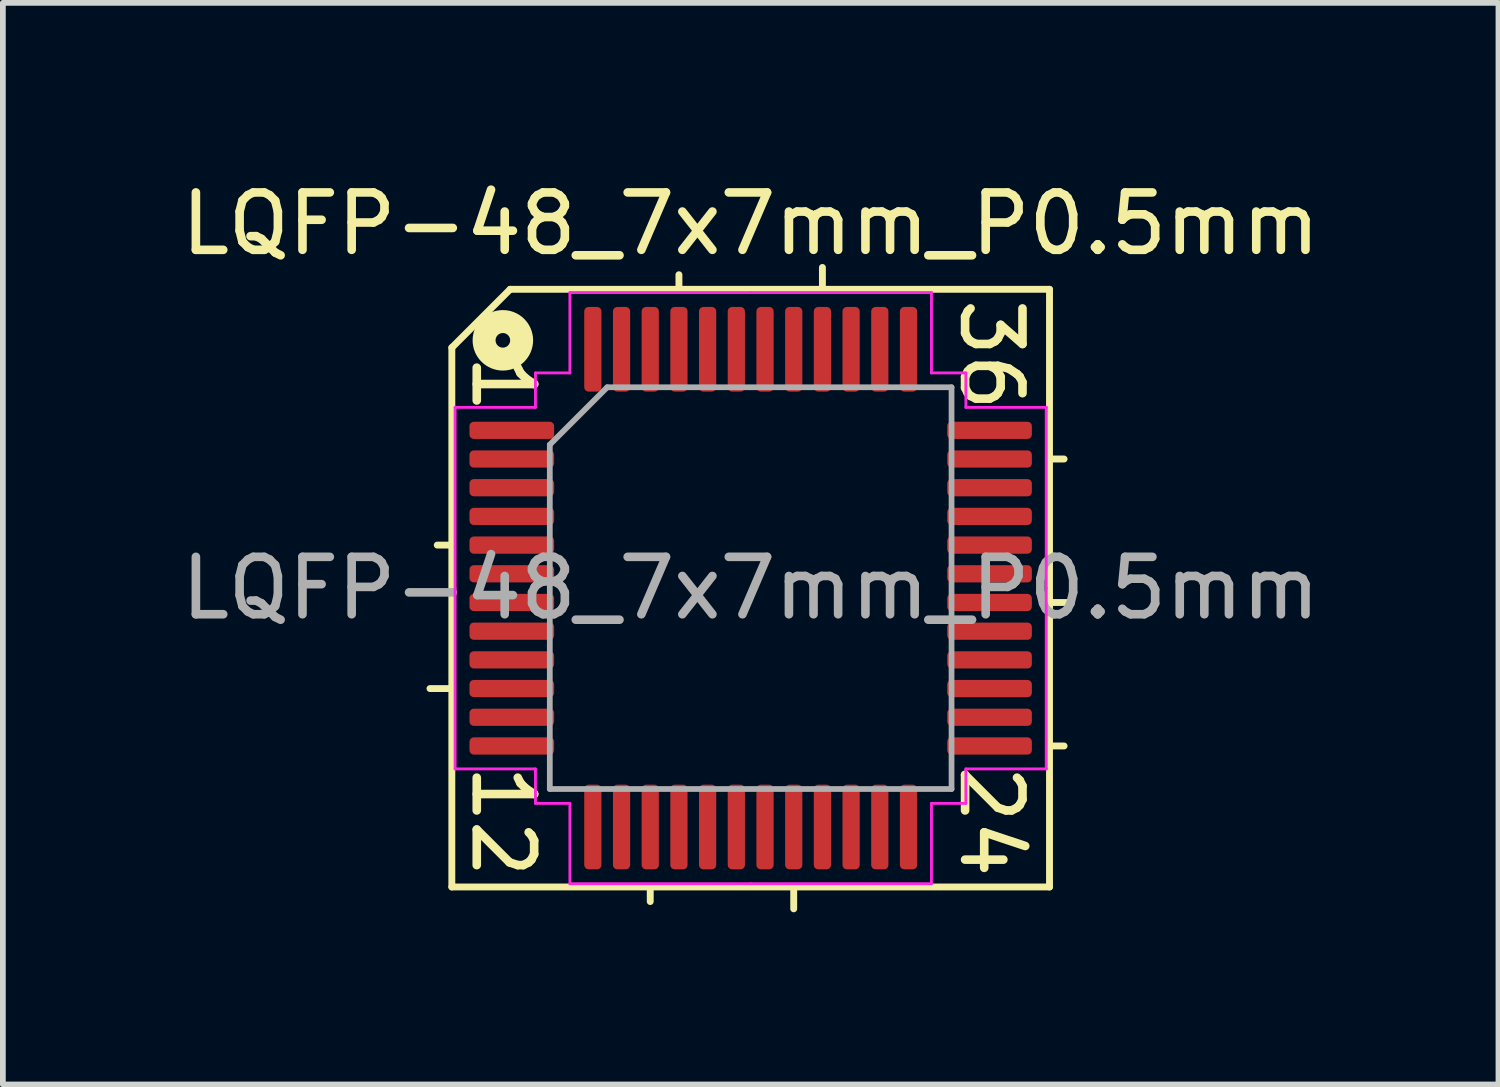
<source format=kicad_pcb>
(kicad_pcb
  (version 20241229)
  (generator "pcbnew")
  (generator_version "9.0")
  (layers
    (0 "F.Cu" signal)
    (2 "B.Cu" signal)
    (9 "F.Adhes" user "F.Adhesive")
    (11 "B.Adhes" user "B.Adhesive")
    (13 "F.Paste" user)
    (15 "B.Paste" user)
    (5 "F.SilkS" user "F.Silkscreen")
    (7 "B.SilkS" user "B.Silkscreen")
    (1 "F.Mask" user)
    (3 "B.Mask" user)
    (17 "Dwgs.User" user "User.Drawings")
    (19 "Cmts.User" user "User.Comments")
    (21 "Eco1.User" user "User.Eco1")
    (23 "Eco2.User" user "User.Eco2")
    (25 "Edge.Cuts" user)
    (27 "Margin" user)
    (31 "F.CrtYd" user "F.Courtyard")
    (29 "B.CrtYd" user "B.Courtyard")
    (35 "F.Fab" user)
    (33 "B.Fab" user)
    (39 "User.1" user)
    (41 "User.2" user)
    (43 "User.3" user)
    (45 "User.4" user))
  (footprint "LQFP-48_7x7mm_P0.5mm"
    (layer "F.Cu")
    (at 10.03 7.198)
    (property "Reference" "LQFP-48_7x7mm_P0.5mm" (at 0 -6.35 0) (layer "F.SilkS") (effects (font (size 1 1) (thickness 0.15))))
    (attr smd)
    (fp_line (start -5.207 -4.191) (end -5.207 5.207) (stroke (width 0.12) (type solid)) (layer "F.SilkS"))
    (fp_line (start -5.207 -0.75) (end -5.461 -0.75) (stroke (width 0.12) (type solid)) (layer "F.SilkS"))
    (fp_line (start -5.207 1.75) (end -5.588 1.75) (stroke (width 0.12) (type solid)) (layer "F.SilkS"))
    (fp_line (start -5.207 5.207) (end 5.207 5.207) (stroke (width 0.12) (type solid)) (layer "F.SilkS"))
    (fp_line (start -4.191 -5.207) (end -5.207 -4.191) (stroke (width 0.12) (type solid)) (layer "F.SilkS"))
    (fp_line (start -1.75 5.207) (end -1.75 5.461) (stroke (width 0.12) (type solid)) (layer "F.SilkS"))
    (fp_line (start -1.25 -5.207) (end -1.25 -5.461) (stroke (width 0.12) (type solid)) (layer "F.SilkS"))
    (fp_line (start 0.75 5.207) (end 0.75 5.588) (stroke (width 0.12) (type solid)) (layer "F.SilkS"))
    (fp_line (start 1.25 -5.207) (end 1.25 -5.588) (stroke (width 0.12) (type solid)) (layer "F.SilkS"))
    (fp_line (start 5.207 -5.207) (end -4.191 -5.207) (stroke (width 0.12) (type solid)) (layer "F.SilkS"))
    (fp_line (start 5.207 -2.25) (end 5.461 -2.25) (stroke (width 0.12) (type solid)) (layer "F.SilkS"))
    (fp_line (start 5.207 0.25) (end 5.588 0.25) (stroke (width 0.12) (type solid)) (layer "F.SilkS"))
    (fp_line (start 5.207 2.75) (end 5.461 2.75) (stroke (width 0.12) (type solid)) (layer "F.SilkS"))
    (fp_line (start 5.207 5.207) (end 5.207 -5.207) (stroke (width 0.12) (type solid)) (layer "F.SilkS"))
    (fp_circle (center -4.318 -4.318) (end -4.191 -4.318) (stroke (width 0.4) (type solid)) (fill no) (layer "F.SilkS"))
    (fp_line (start -5.15 -3.15) (end -5.15 0) (stroke (width 0.05) (type solid)) (layer "F.CrtYd"))
    (fp_line (start -5.15 3.15) (end -5.15 0) (stroke (width 0.05) (type solid)) (layer "F.CrtYd"))
    (fp_line (start -3.75 -3.75) (end -3.75 -3.15) (stroke (width 0.05) (type solid)) (layer "F.CrtYd"))
    (fp_line (start -3.75 -3.15) (end -5.15 -3.15) (stroke (width 0.05) (type solid)) (layer "F.CrtYd"))
    (fp_line (start -3.75 3.15) (end -5.15 3.15) (stroke (width 0.05) (type solid)) (layer "F.CrtYd"))
    (fp_line (start -3.75 3.75) (end -3.75 3.15) (stroke (width 0.05) (type solid)) (layer "F.CrtYd"))
    (fp_line (start -3.15 -5.15) (end -3.15 -3.75) (stroke (width 0.05) (type solid)) (layer "F.CrtYd"))
    (fp_line (start -3.15 -3.75) (end -3.75 -3.75) (stroke (width 0.05) (type solid)) (layer "F.CrtYd"))
    (fp_line (start -3.15 3.75) (end -3.75 3.75) (stroke (width 0.05) (type solid)) (layer "F.CrtYd"))
    (fp_line (start -3.15 5.15) (end -3.15 3.75) (stroke (width 0.05) (type solid)) (layer "F.CrtYd"))
    (fp_line (start 0 -5.15) (end -3.15 -5.15) (stroke (width 0.05) (type solid)) (layer "F.CrtYd"))
    (fp_line (start 0 -5.15) (end 3.15 -5.15) (stroke (width 0.05) (type solid)) (layer "F.CrtYd"))
    (fp_line (start 0 5.15) (end -3.15 5.15) (stroke (width 0.05) (type solid)) (layer "F.CrtYd"))
    (fp_line (start 0 5.15) (end 3.15 5.15) (stroke (width 0.05) (type solid)) (layer "F.CrtYd"))
    (fp_line (start 3.15 -5.15) (end 3.15 -3.75) (stroke (width 0.05) (type solid)) (layer "F.CrtYd"))
    (fp_line (start 3.15 -3.75) (end 3.75 -3.75) (stroke (width 0.05) (type solid)) (layer "F.CrtYd"))
    (fp_line (start 3.15 3.75) (end 3.75 3.75) (stroke (width 0.05) (type solid)) (layer "F.CrtYd"))
    (fp_line (start 3.15 5.15) (end 3.15 3.75) (stroke (width 0.05) (type solid)) (layer "F.CrtYd"))
    (fp_line (start 3.75 -3.75) (end 3.75 -3.15) (stroke (width 0.05) (type solid)) (layer "F.CrtYd"))
    (fp_line (start 3.75 -3.15) (end 5.15 -3.15) (stroke (width 0.05) (type solid)) (layer "F.CrtYd"))
    (fp_line (start 3.75 3.15) (end 5.15 3.15) (stroke (width 0.05) (type solid)) (layer "F.CrtYd"))
    (fp_line (start 3.75 3.75) (end 3.75 3.15) (stroke (width 0.05) (type solid)) (layer "F.CrtYd"))
    (fp_line (start 5.15 -3.15) (end 5.15 0) (stroke (width 0.05) (type solid)) (layer "F.CrtYd"))
    (fp_line (start 5.15 3.15) (end 5.15 0) (stroke (width 0.05) (type solid)) (layer "F.CrtYd"))
    (fp_line (start -3.5 -2.5) (end -2.5 -3.5) (stroke (width 0.1) (type solid)) (layer "F.Fab"))
    (fp_line (start -3.5 3.5) (end -3.5 -2.5) (stroke (width 0.1) (type solid)) (layer "F.Fab"))
    (fp_line (start -2.5 -3.5) (end 3.5 -3.5) (stroke (width 0.1) (type solid)) (layer "F.Fab"))
    (fp_line (start 3.5 -3.5) (end 3.5 3.5) (stroke (width 0.1) (type solid)) (layer "F.Fab"))
    (fp_line (start 3.5 3.5) (end -3.5 3.5) (stroke (width 0.1) (type solid)) (layer "F.Fab"))
    (fp_text user "24" (at 4.191 4.064 270) (unlocked yes) (layer "F.SilkS") (effects (font (size 1 1) (thickness 0.15))))
    (fp_text user "12" (at -4.318 4.064 270) (unlocked yes) (layer "F.SilkS") (effects (font (size 1 1) (thickness 0.15))))
    (fp_text user "36" (at 4.191 -4.064 270) (unlocked yes) (layer "F.SilkS") (effects (font (size 1 1) (thickness 0.15))))
    (fp_text user "1" (at -4.318 -3.556 270) (unlocked yes) (layer "F.SilkS") (effects (font (size 1 1) (thickness 0.15))))
    (fp_text user "${REFERENCE}" (at 0 0 0) (layer "F.Fab") (effects (font (size 1 1) (thickness 0.15))))
    (pad "1" smd roundrect (at -4.162 -2.75) (size 1.475 0.3) (layers "F.Cu" "F.Mask" "F.Paste") (roundrect_rratio 0.25))
    (pad "2" smd roundrect (at -4.162 -2.25) (size 1.475 0.3) (layers "F.Cu" "F.Mask" "F.Paste") (roundrect_rratio 0.25))
    (pad "3" smd roundrect (at -4.162 -1.75) (size 1.475 0.3) (layers "F.Cu" "F.Mask" "F.Paste") (roundrect_rratio 0.25))
    (pad "4" smd roundrect (at -4.162 -1.25) (size 1.475 0.3) (layers "F.Cu" "F.Mask" "F.Paste") (roundrect_rratio 0.25))
    (pad "5" smd roundrect (at -4.162 -0.75) (size 1.475 0.3) (layers "F.Cu" "F.Mask" "F.Paste") (roundrect_rratio 0.25))
    (pad "6" smd roundrect (at -4.162 -0.25) (size 1.475 0.3) (layers "F.Cu" "F.Mask" "F.Paste") (roundrect_rratio 0.25))
    (pad "7" smd roundrect (at -4.162 0.25) (size 1.475 0.3) (layers "F.Cu" "F.Mask" "F.Paste") (roundrect_rratio 0.25))
    (pad "8" smd roundrect (at -4.162 0.75) (size 1.475 0.3) (layers "F.Cu" "F.Mask" "F.Paste") (roundrect_rratio 0.25))
    (pad "9" smd roundrect (at -4.162 1.25) (size 1.475 0.3) (layers "F.Cu" "F.Mask" "F.Paste") (roundrect_rratio 0.25))
    (pad "10" smd roundrect (at -4.162 1.75) (size 1.475 0.3) (layers "F.Cu" "F.Mask" "F.Paste") (roundrect_rratio 0.25))
    (pad "11" smd roundrect (at -4.162 2.25) (size 1.475 0.3) (layers "F.Cu" "F.Mask" "F.Paste") (roundrect_rratio 0.25))
    (pad "12" smd roundrect (at -4.162 2.75) (size 1.475 0.3) (layers "F.Cu" "F.Mask" "F.Paste") (roundrect_rratio 0.25))
    (pad "13" smd roundrect (at -2.75 4.162) (size 0.3 1.475) (layers "F.Cu" "F.Mask" "F.Paste") (roundrect_rratio 0.25))
    (pad "14" smd roundrect (at -2.25 4.162) (size 0.3 1.475) (layers "F.Cu" "F.Mask" "F.Paste") (roundrect_rratio 0.25))
    (pad "15" smd roundrect (at -1.75 4.162) (size 0.3 1.475) (layers "F.Cu" "F.Mask" "F.Paste") (roundrect_rratio 0.25))
    (pad "16" smd roundrect (at -1.25 4.162) (size 0.3 1.475) (layers "F.Cu" "F.Mask" "F.Paste") (roundrect_rratio 0.25))
    (pad "17" smd roundrect (at -0.75 4.162) (size 0.3 1.475) (layers "F.Cu" "F.Mask" "F.Paste") (roundrect_rratio 0.25))
    (pad "18" smd roundrect (at -0.25 4.162) (size 0.3 1.475) (layers "F.Cu" "F.Mask" "F.Paste") (roundrect_rratio 0.25))
    (pad "19" smd roundrect (at 0.25 4.162) (size 0.3 1.475) (layers "F.Cu" "F.Mask" "F.Paste") (roundrect_rratio 0.25))
    (pad "20" smd roundrect (at 0.75 4.162) (size 0.3 1.475) (layers "F.Cu" "F.Mask" "F.Paste") (roundrect_rratio 0.25))
    (pad "21" smd roundrect (at 1.25 4.162) (size 0.3 1.475) (layers "F.Cu" "F.Mask" "F.Paste") (roundrect_rratio 0.25))
    (pad "22" smd roundrect (at 1.75 4.162) (size 0.3 1.475) (layers "F.Cu" "F.Mask" "F.Paste") (roundrect_rratio 0.25))
    (pad "23" smd roundrect (at 2.25 4.162) (size 0.3 1.475) (layers "F.Cu" "F.Mask" "F.Paste") (roundrect_rratio 0.25))
    (pad "24" smd roundrect (at 2.75 4.162) (size 0.3 1.475) (layers "F.Cu" "F.Mask" "F.Paste") (roundrect_rratio 0.25))
    (pad "25" smd roundrect (at 4.162 2.75) (size 1.475 0.3) (layers "F.Cu" "F.Mask" "F.Paste") (roundrect_rratio 0.25))
    (pad "26" smd roundrect (at 4.162 2.25) (size 1.475 0.3) (layers "F.Cu" "F.Mask" "F.Paste") (roundrect_rratio 0.25))
    (pad "27" smd roundrect (at 4.162 1.75) (size 1.475 0.3) (layers "F.Cu" "F.Mask" "F.Paste") (roundrect_rratio 0.25))
    (pad "28" smd roundrect (at 4.162 1.25) (size 1.475 0.3) (layers "F.Cu" "F.Mask" "F.Paste") (roundrect_rratio 0.25))
    (pad "29" smd roundrect (at 4.162 0.75) (size 1.475 0.3) (layers "F.Cu" "F.Mask" "F.Paste") (roundrect_rratio 0.25))
    (pad "30" smd roundrect (at 4.162 0.25) (size 1.475 0.3) (layers "F.Cu" "F.Mask" "F.Paste") (roundrect_rratio 0.25))
    (pad "31" smd roundrect (at 4.162 -0.25) (size 1.475 0.3) (layers "F.Cu" "F.Mask" "F.Paste") (roundrect_rratio 0.25))
    (pad "32" smd roundrect (at 4.162 -0.75) (size 1.475 0.3) (layers "F.Cu" "F.Mask" "F.Paste") (roundrect_rratio 0.25))
    (pad "33" smd roundrect (at 4.162 -1.25) (size 1.475 0.3) (layers "F.Cu" "F.Mask" "F.Paste") (roundrect_rratio 0.25))
    (pad "34" smd roundrect (at 4.162 -1.75) (size 1.475 0.3) (layers "F.Cu" "F.Mask" "F.Paste") (roundrect_rratio 0.25))
    (pad "35" smd roundrect (at 4.162 -2.25) (size 1.475 0.3) (layers "F.Cu" "F.Mask" "F.Paste") (roundrect_rratio 0.25))
    (pad "36" smd roundrect (at 4.162 -2.75) (size 1.475 0.3) (layers "F.Cu" "F.Mask" "F.Paste") (roundrect_rratio 0.25))
    (pad "37" smd roundrect (at 2.75 -4.162) (size 0.3 1.475) (layers "F.Cu" "F.Mask" "F.Paste") (roundrect_rratio 0.25))
    (pad "38" smd roundrect (at 2.25 -4.162) (size 0.3 1.475) (layers "F.Cu" "F.Mask" "F.Paste") (roundrect_rratio 0.25))
    (pad "39" smd roundrect (at 1.75 -4.162) (size 0.3 1.475) (layers "F.Cu" "F.Mask" "F.Paste") (roundrect_rratio 0.25))
    (pad "40" smd roundrect (at 1.25 -4.162) (size 0.3 1.475) (layers "F.Cu" "F.Mask" "F.Paste") (roundrect_rratio 0.25))
    (pad "41" smd roundrect (at 0.75 -4.162) (size 0.3 1.475) (layers "F.Cu" "F.Mask" "F.Paste") (roundrect_rratio 0.25))
    (pad "42" smd roundrect (at 0.25 -4.162) (size 0.3 1.475) (layers "F.Cu" "F.Mask" "F.Paste") (roundrect_rratio 0.25))
    (pad "43" smd roundrect (at -0.25 -4.162) (size 0.3 1.475) (layers "F.Cu" "F.Mask" "F.Paste") (roundrect_rratio 0.25))
    (pad "44" smd roundrect (at -0.75 -4.162) (size 0.3 1.475) (layers "F.Cu" "F.Mask" "F.Paste") (roundrect_rratio 0.25))
    (pad "45" smd roundrect (at -1.25 -4.162) (size 0.3 1.475) (layers "F.Cu" "F.Mask" "F.Paste") (roundrect_rratio 0.25))
    (pad "46" smd roundrect (at -1.75 -4.162) (size 0.3 1.475) (layers "F.Cu" "F.Mask" "F.Paste") (roundrect_rratio 0.25))
    (pad "47" smd roundrect (at -2.25 -4.162) (size 0.3 1.475) (layers "F.Cu" "F.Mask" "F.Paste") (roundrect_rratio 0.25))
    (pad "48" smd roundrect (at -2.75 -4.162) (size 0.3 1.475) (layers "F.Cu" "F.Mask" "F.Paste") (roundrect_rratio 0.25)))
  (gr_rect
    (start -3 -3)
    (end 23.06 15.846)
    (stroke (width 0.1) (type default))
    (fill no)
    (layer "Edge.Cuts")))
</source>
